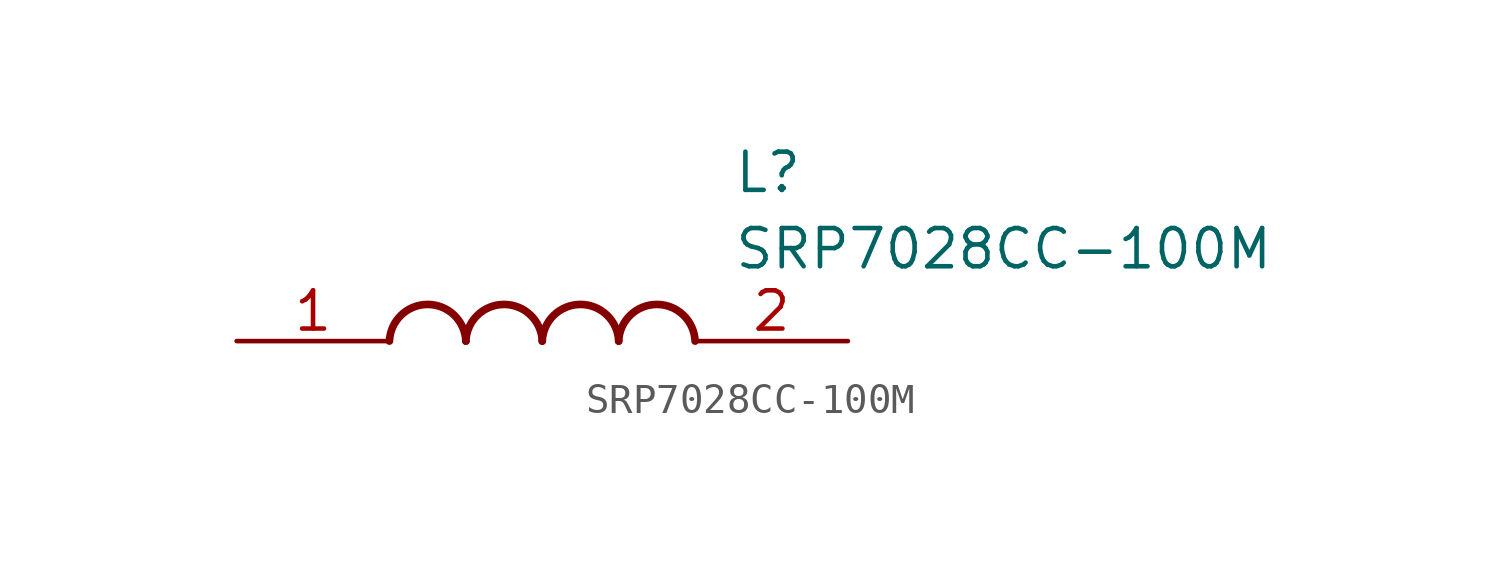
<source format=kicad_sym>
(kicad_symbol_lib
  (version 20211014)
  (generator SamacSys_ECAD_Model)
  (symbol "SRP7028CC-100M"
    (pin_names hide)
    (property "Reference" "L"
      (at 16.51 6.35 0)
      (effects (font (size 1.27 1.27)) (justify left top)))
    (property "Value" "SRP7028CC-100M"
      (at 16.51 3.81 0)
      (effects (font (size 1.27 1.27)) (justify left top)))
    (arc
      (start 7.62 0)
      (mid 6.35 1.219)
      (end 5.08 0)
      (stroke (width 0.254) (type default))
      (fill (type none)))
    (arc
      (start 10.16 0)
      (mid 8.89 1.219)
      (end 7.62 0)
      (stroke (width 0.254) (type default))
      (fill (type none)))
    (arc
      (start 12.7 0)
      (mid 11.43 1.219)
      (end 10.16 0)
      (stroke (width 0.254) (type default))
      (fill (type none)))
    (arc
      (start 15.24 0)
      (mid 13.97 1.219)
      (end 12.7 0)
      (stroke (width 0.254) (type default))
      (fill (type none)))
    (pin passive line
      (at 0 0 0)
      (length 5.08)
      (name "1" (effects (font (size 1.27 1.27))))
      (number "1" (effects (font (size 1.27 1.27)))))
    (pin passive line
      (at 20.32 0 180)
      (length 5.08)
      (name "2" (effects (font (size 1.27 1.27))))
      (number "2" (effects (font (size 1.27 1.27)))))))
</source>
